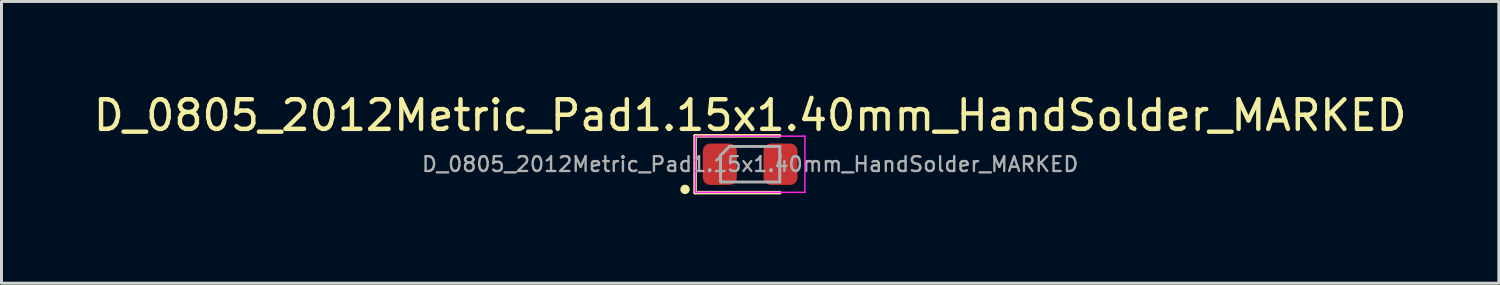
<source format=kicad_pcb>
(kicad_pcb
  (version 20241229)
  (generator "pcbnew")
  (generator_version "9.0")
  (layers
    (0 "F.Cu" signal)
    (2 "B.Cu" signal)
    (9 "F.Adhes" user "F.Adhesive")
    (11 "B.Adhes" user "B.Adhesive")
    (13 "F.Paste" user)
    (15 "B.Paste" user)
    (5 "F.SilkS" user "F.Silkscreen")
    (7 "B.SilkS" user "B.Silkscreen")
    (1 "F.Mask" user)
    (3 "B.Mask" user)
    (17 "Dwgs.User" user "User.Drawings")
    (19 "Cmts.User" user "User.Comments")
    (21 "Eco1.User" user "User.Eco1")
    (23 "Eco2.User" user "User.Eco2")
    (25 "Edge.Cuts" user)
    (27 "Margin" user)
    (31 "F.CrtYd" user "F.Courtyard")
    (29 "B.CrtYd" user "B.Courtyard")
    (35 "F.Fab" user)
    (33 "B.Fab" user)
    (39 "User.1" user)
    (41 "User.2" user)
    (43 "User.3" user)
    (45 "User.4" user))
  (footprint "D_0805_2012Metric_Pad1.15x1.40mm_HandSolder_MARKED"
    (layer "F.Cu")
    (at 22.292 2.498)
    (property "Reference" "D_0805_2012Metric_Pad1.15x1.40mm_HandSolder_MARKED" (at 0 -1.65 0) (layer "F.SilkS") (effects (font (size 1 1) (thickness 0.15))))
    (attr smd)
    (fp_line (start -2.2 0.8) (end -2.2 0.9) (stroke (width 0.12) (type solid)) (layer "F.SilkS"))
    (fp_line (start -1.86 -0.96) (end -1.86 0.96) (stroke (width 0.12) (type solid)) (layer "F.SilkS"))
    (fp_line (start -1.86 0.96) (end 1 0.96) (stroke (width 0.12) (type solid)) (layer "F.SilkS"))
    (fp_line (start 1 -0.96) (end -1.86 -0.96) (stroke (width 0.12) (type solid)) (layer "F.SilkS"))
    (fp_circle (center -2.2 0.85) (end -2.1 0.85) (stroke (width 0.12) (type solid)) (fill no) (layer "F.SilkS"))
    (fp_line (start -1.85 -0.95) (end 1.85 -0.95) (stroke (width 0.05) (type solid)) (layer "F.CrtYd"))
    (fp_line (start -1.85 0.95) (end -1.85 -0.95) (stroke (width 0.05) (type solid)) (layer "F.CrtYd"))
    (fp_line (start 1.85 -0.95) (end 1.85 0.95) (stroke (width 0.05) (type solid)) (layer "F.CrtYd"))
    (fp_line (start 1.85 0.95) (end -1.85 0.95) (stroke (width 0.05) (type solid)) (layer "F.CrtYd"))
    (fp_line (start -1 -0.3) (end -1 0.6) (stroke (width 0.1) (type solid)) (layer "F.Fab"))
    (fp_line (start -1 0.6) (end 1 0.6) (stroke (width 0.1) (type solid)) (layer "F.Fab"))
    (fp_line (start -0.7 -0.6) (end -1 -0.3) (stroke (width 0.1) (type solid)) (layer "F.Fab"))
    (fp_line (start 1 -0.6) (end -0.7 -0.6) (stroke (width 0.1) (type solid)) (layer "F.Fab"))
    (fp_line (start 1 0.6) (end 1 -0.6) (stroke (width 0.1) (type solid)) (layer "F.Fab"))
    (fp_text user "${REFERENCE}" (at 0 0 0) (layer "F.Fab") (effects (font (size 0.5 0.5) (thickness 0.08))))
    (pad "1" smd roundrect (at -1.025 0) (size 1.15 1.4) (layers "F.Cu" "F.Mask" "F.Paste") (roundrect_rratio 0.217))
    (pad "2" smd roundrect (at 1.025 0) (size 1.15 1.4) (layers "F.Cu" "F.Mask" "F.Paste") (roundrect_rratio 0.217)))
  (gr_rect
    (start -3 -3)
    (end 47.583 6.518)
    (stroke (width 0.1) (type default))
    (fill no)
    (layer "Edge.Cuts")))
</source>
